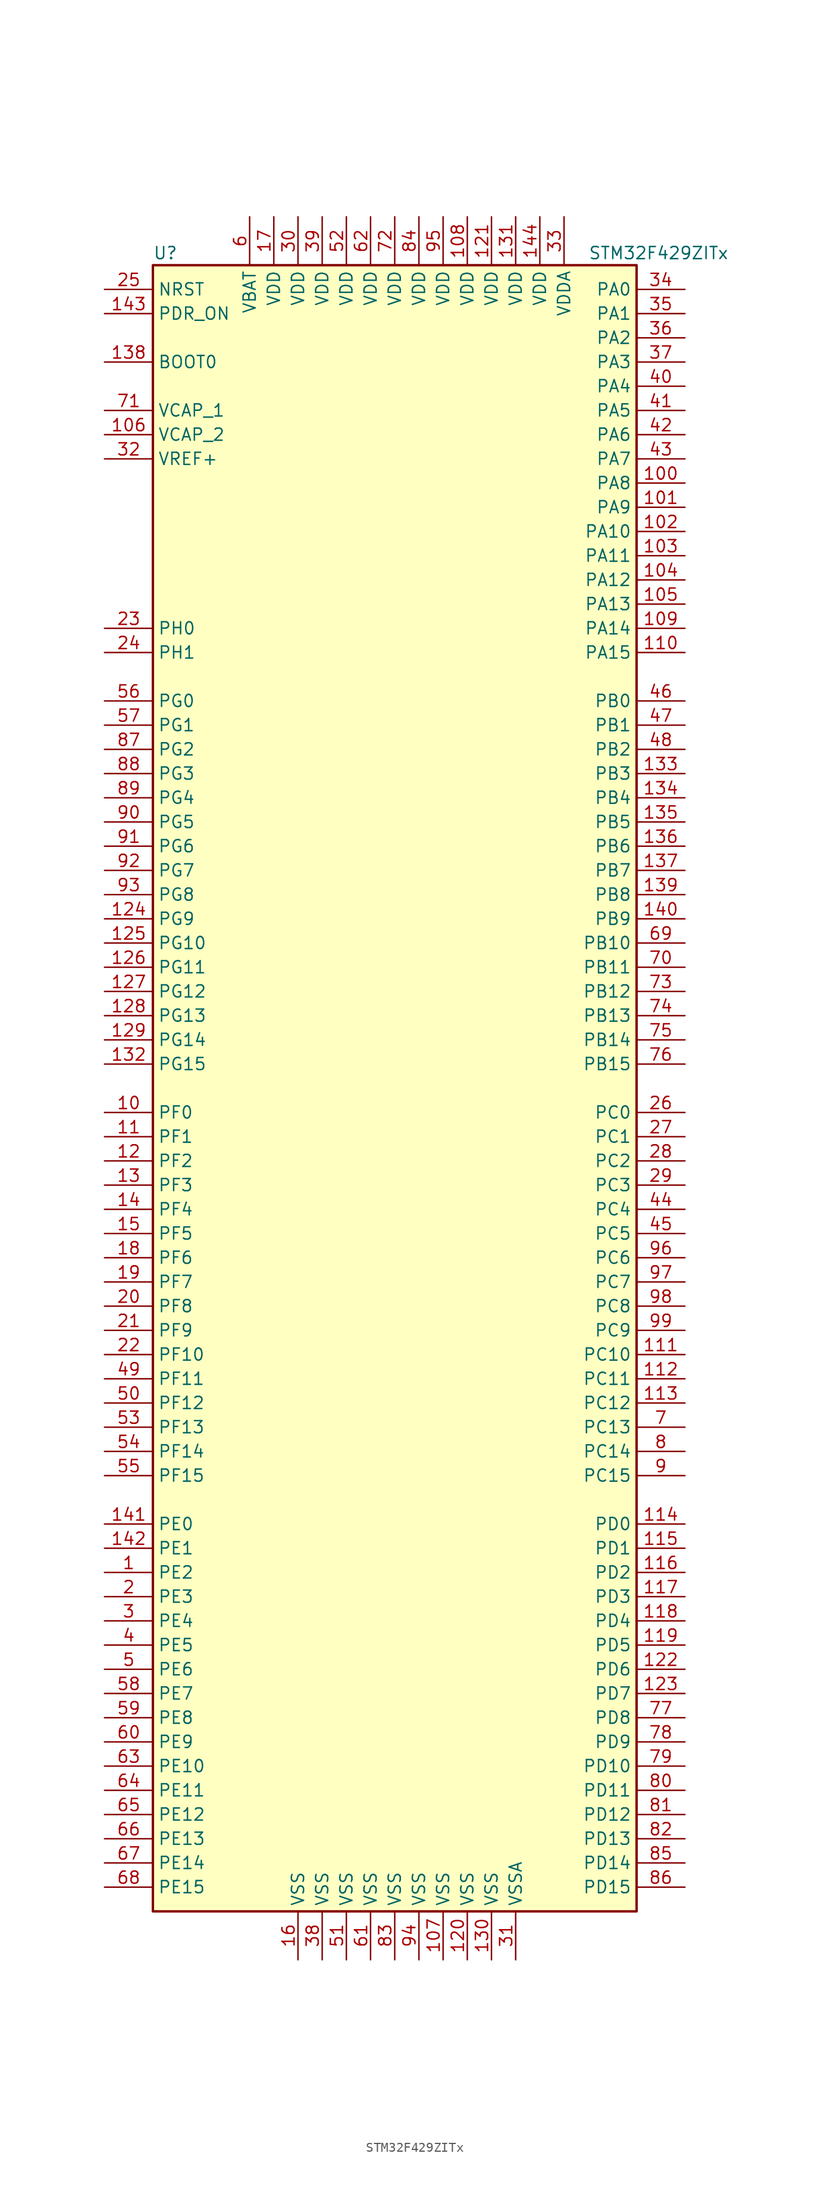
<source format=kicad_sym>
(kicad_symbol_lib
  (version 20211014)
  (generator kicad_symbol_editor)
  (symbol "STM32F429ZITx"
    (property "Reference" "U"
      (at -25.4 87.63 0)
      (effects (font (size 1.27 1.27)) (justify left)))
    (property "Value" "STM32F429ZITx"
      (at 20.32 87.63 0)
      (effects (font (size 1.27 1.27)) (justify left)))
    (symbol "STM32F429ZITx_0_1"
      (rectangle (start -25.4 -86.36) (end 25.4 86.36) (stroke (width 0.254) (type default) (color 0 0 0 0)) (fill (type background))))
    (symbol "STM32F429ZITx_1_1"
      (pin bidirectional line (at -30.48 -50.8 0) (length 5.08) (name "PE2" (effects (font (size 1.27 1.27)))) (number "1" (effects (font (size 1.27 1.27)))))
      (pin bidirectional line (at -30.48 -2.54 0) (length 5.08) (name "PF0" (effects (font (size 1.27 1.27)))) (number "10" (effects (font (size 1.27 1.27)))))
      (pin bidirectional line (at 30.48 63.5 180) (length 5.08) (name "PA8" (effects (font (size 1.27 1.27)))) (number "100" (effects (font (size 1.27 1.27)))))
      (pin bidirectional line (at 30.48 60.96 180) (length 5.08) (name "PA9" (effects (font (size 1.27 1.27)))) (number "101" (effects (font (size 1.27 1.27)))))
      (pin bidirectional line (at 30.48 58.42 180) (length 5.08) (name "PA10" (effects (font (size 1.27 1.27)))) (number "102" (effects (font (size 1.27 1.27)))))
      (pin bidirectional line (at 30.48 55.88 180) (length 5.08) (name "PA11" (effects (font (size 1.27 1.27)))) (number "103" (effects (font (size 1.27 1.27)))))
      (pin bidirectional line (at 30.48 53.34 180) (length 5.08) (name "PA12" (effects (font (size 1.27 1.27)))) (number "104" (effects (font (size 1.27 1.27)))))
      (pin bidirectional line (at 30.48 50.8 180) (length 5.08) (name "PA13" (effects (font (size 1.27 1.27)))) (number "105" (effects (font (size 1.27 1.27)))))
      (pin power_in line (at -30.48 68.58 0) (length 5.08) (name "VCAP_2" (effects (font (size 1.27 1.27)))) (number "106" (effects (font (size 1.27 1.27)))))
      (pin power_in line (at 5.08 -91.44 90) (length 5.08) (name "VSS" (effects (font (size 1.27 1.27)))) (number "107" (effects (font (size 1.27 1.27)))))
      (pin power_in line (at 7.62 91.44 270) (length 5.08) (name "VDD" (effects (font (size 1.27 1.27)))) (number "108" (effects (font (size 1.27 1.27)))))
      (pin bidirectional line (at 30.48 48.26 180) (length 5.08) (name "PA14" (effects (font (size 1.27 1.27)))) (number "109" (effects (font (size 1.27 1.27)))))
      (pin bidirectional line (at -30.48 -5.08 0) (length 5.08) (name "PF1" (effects (font (size 1.27 1.27)))) (number "11" (effects (font (size 1.27 1.27)))))
      (pin bidirectional line (at 30.48 45.72 180) (length 5.08) (name "PA15" (effects (font (size 1.27 1.27)))) (number "110" (effects (font (size 1.27 1.27)))))
      (pin bidirectional line (at 30.48 -27.94 180) (length 5.08) (name "PC10" (effects (font (size 1.27 1.27)))) (number "111" (effects (font (size 1.27 1.27)))))
      (pin bidirectional line (at 30.48 -30.48 180) (length 5.08) (name "PC11" (effects (font (size 1.27 1.27)))) (number "112" (effects (font (size 1.27 1.27)))))
      (pin bidirectional line (at 30.48 -33.02 180) (length 5.08) (name "PC12" (effects (font (size 1.27 1.27)))) (number "113" (effects (font (size 1.27 1.27)))))
      (pin bidirectional line (at 30.48 -45.72 180) (length 5.08) (name "PD0" (effects (font (size 1.27 1.27)))) (number "114" (effects (font (size 1.27 1.27)))))
      (pin bidirectional line (at 30.48 -48.26 180) (length 5.08) (name "PD1" (effects (font (size 1.27 1.27)))) (number "115" (effects (font (size 1.27 1.27)))))
      (pin bidirectional line (at 30.48 -50.8 180) (length 5.08) (name "PD2" (effects (font (size 1.27 1.27)))) (number "116" (effects (font (size 1.27 1.27)))))
      (pin bidirectional line (at 30.48 -53.34 180) (length 5.08) (name "PD3" (effects (font (size 1.27 1.27)))) (number "117" (effects (font (size 1.27 1.27)))))
      (pin bidirectional line (at 30.48 -55.88 180) (length 5.08) (name "PD4" (effects (font (size 1.27 1.27)))) (number "118" (effects (font (size 1.27 1.27)))))
      (pin bidirectional line (at 30.48 -58.42 180) (length 5.08) (name "PD5" (effects (font (size 1.27 1.27)))) (number "119" (effects (font (size 1.27 1.27)))))
      (pin bidirectional line (at -30.48 -7.62 0) (length 5.08) (name "PF2" (effects (font (size 1.27 1.27)))) (number "12" (effects (font (size 1.27 1.27)))))
      (pin power_in line (at 7.62 -91.44 90) (length 5.08) (name "VSS" (effects (font (size 1.27 1.27)))) (number "120" (effects (font (size 1.27 1.27)))))
      (pin power_in line (at 10.16 91.44 270) (length 5.08) (name "VDD" (effects (font (size 1.27 1.27)))) (number "121" (effects (font (size 1.27 1.27)))))
      (pin bidirectional line (at 30.48 -60.96 180) (length 5.08) (name "PD6" (effects (font (size 1.27 1.27)))) (number "122" (effects (font (size 1.27 1.27)))))
      (pin bidirectional line (at 30.48 -63.5 180) (length 5.08) (name "PD7" (effects (font (size 1.27 1.27)))) (number "123" (effects (font (size 1.27 1.27)))))
      (pin bidirectional line (at -30.48 17.78 0) (length 5.08) (name "PG9" (effects (font (size 1.27 1.27)))) (number "124" (effects (font (size 1.27 1.27)))))
      (pin bidirectional line (at -30.48 15.24 0) (length 5.08) (name "PG10" (effects (font (size 1.27 1.27)))) (number "125" (effects (font (size 1.27 1.27)))))
      (pin bidirectional line (at -30.48 12.7 0) (length 5.08) (name "PG11" (effects (font (size 1.27 1.27)))) (number "126" (effects (font (size 1.27 1.27)))))
      (pin bidirectional line (at -30.48 10.16 0) (length 5.08) (name "PG12" (effects (font (size 1.27 1.27)))) (number "127" (effects (font (size 1.27 1.27)))))
      (pin bidirectional line (at -30.48 7.62 0) (length 5.08) (name "PG13" (effects (font (size 1.27 1.27)))) (number "128" (effects (font (size 1.27 1.27)))))
      (pin bidirectional line (at -30.48 5.08 0) (length 5.08) (name "PG14" (effects (font (size 1.27 1.27)))) (number "129" (effects (font (size 1.27 1.27)))))
      (pin bidirectional line (at -30.48 -10.16 0) (length 5.08) (name "PF3" (effects (font (size 1.27 1.27)))) (number "13" (effects (font (size 1.27 1.27)))))
      (pin power_in line (at 10.16 -91.44 90) (length 5.08) (name "VSS" (effects (font (size 1.27 1.27)))) (number "130" (effects (font (size 1.27 1.27)))))
      (pin power_in line (at 12.7 91.44 270) (length 5.08) (name "VDD" (effects (font (size 1.27 1.27)))) (number "131" (effects (font (size 1.27 1.27)))))
      (pin bidirectional line (at -30.48 2.54 0) (length 5.08) (name "PG15" (effects (font (size 1.27 1.27)))) (number "132" (effects (font (size 1.27 1.27)))))
      (pin bidirectional line (at 30.48 33.02 180) (length 5.08) (name "PB3" (effects (font (size 1.27 1.27)))) (number "133" (effects (font (size 1.27 1.27)))))
      (pin bidirectional line (at 30.48 30.48 180) (length 5.08) (name "PB4" (effects (font (size 1.27 1.27)))) (number "134" (effects (font (size 1.27 1.27)))))
      (pin bidirectional line (at 30.48 27.94 180) (length 5.08) (name "PB5" (effects (font (size 1.27 1.27)))) (number "135" (effects (font (size 1.27 1.27)))))
      (pin bidirectional line (at 30.48 25.4 180) (length 5.08) (name "PB6" (effects (font (size 1.27 1.27)))) (number "136" (effects (font (size 1.27 1.27)))))
      (pin bidirectional line (at 30.48 22.86 180) (length 5.08) (name "PB7" (effects (font (size 1.27 1.27)))) (number "137" (effects (font (size 1.27 1.27)))))
      (pin input line (at -30.48 76.2 0) (length 5.08) (name "BOOT0" (effects (font (size 1.27 1.27)))) (number "138" (effects (font (size 1.27 1.27)))))
      (pin bidirectional line (at 30.48 20.32 180) (length 5.08) (name "PB8" (effects (font (size 1.27 1.27)))) (number "139" (effects (font (size 1.27 1.27)))))
      (pin bidirectional line (at -30.48 -12.7 0) (length 5.08) (name "PF4" (effects (font (size 1.27 1.27)))) (number "14" (effects (font (size 1.27 1.27)))))
      (pin bidirectional line (at 30.48 17.78 180) (length 5.08) (name "PB9" (effects (font (size 1.27 1.27)))) (number "140" (effects (font (size 1.27 1.27)))))
      (pin bidirectional line (at -30.48 -45.72 0) (length 5.08) (name "PE0" (effects (font (size 1.27 1.27)))) (number "141" (effects (font (size 1.27 1.27)))))
      (pin bidirectional line (at -30.48 -48.26 0) (length 5.08) (name "PE1" (effects (font (size 1.27 1.27)))) (number "142" (effects (font (size 1.27 1.27)))))
      (pin input line (at -30.48 81.28 0) (length 5.08) (name "PDR_ON" (effects (font (size 1.27 1.27)))) (number "143" (effects (font (size 1.27 1.27)))))
      (pin power_in line (at 15.24 91.44 270) (length 5.08) (name "VDD" (effects (font (size 1.27 1.27)))) (number "144" (effects (font (size 1.27 1.27)))))
      (pin bidirectional line (at -30.48 -15.24 0) (length 5.08) (name "PF5" (effects (font (size 1.27 1.27)))) (number "15" (effects (font (size 1.27 1.27)))))
      (pin power_in line (at -10.16 -91.44 90) (length 5.08) (name "VSS" (effects (font (size 1.27 1.27)))) (number "16" (effects (font (size 1.27 1.27)))))
      (pin power_in line (at -12.7 91.44 270) (length 5.08) (name "VDD" (effects (font (size 1.27 1.27)))) (number "17" (effects (font (size 1.27 1.27)))))
      (pin bidirectional line (at -30.48 -17.78 0) (length 5.08) (name "PF6" (effects (font (size 1.27 1.27)))) (number "18" (effects (font (size 1.27 1.27)))))
      (pin bidirectional line (at -30.48 -20.32 0) (length 5.08) (name "PF7" (effects (font (size 1.27 1.27)))) (number "19" (effects (font (size 1.27 1.27)))))
      (pin bidirectional line (at -30.48 -53.34 0) (length 5.08) (name "PE3" (effects (font (size 1.27 1.27)))) (number "2" (effects (font (size 1.27 1.27)))))
      (pin bidirectional line (at -30.48 -22.86 0) (length 5.08) (name "PF8" (effects (font (size 1.27 1.27)))) (number "20" (effects (font (size 1.27 1.27)))))
      (pin bidirectional line (at -30.48 -25.4 0) (length 5.08) (name "PF9" (effects (font (size 1.27 1.27)))) (number "21" (effects (font (size 1.27 1.27)))))
      (pin bidirectional line (at -30.48 -27.94 0) (length 5.08) (name "PF10" (effects (font (size 1.27 1.27)))) (number "22" (effects (font (size 1.27 1.27)))))
      (pin input line (at -30.48 48.26 0) (length 5.08) (name "PH0" (effects (font (size 1.27 1.27)))) (number "23" (effects (font (size 1.27 1.27)))))
      (pin input line (at -30.48 45.72 0) (length 5.08) (name "PH1" (effects (font (size 1.27 1.27)))) (number "24" (effects (font (size 1.27 1.27)))))
      (pin input line (at -30.48 83.82 0) (length 5.08) (name "NRST" (effects (font (size 1.27 1.27)))) (number "25" (effects (font (size 1.27 1.27)))))
      (pin bidirectional line (at 30.48 -2.54 180) (length 5.08) (name "PC0" (effects (font (size 1.27 1.27)))) (number "26" (effects (font (size 1.27 1.27)))))
      (pin bidirectional line (at 30.48 -5.08 180) (length 5.08) (name "PC1" (effects (font (size 1.27 1.27)))) (number "27" (effects (font (size 1.27 1.27)))))
      (pin bidirectional line (at 30.48 -7.62 180) (length 5.08) (name "PC2" (effects (font (size 1.27 1.27)))) (number "28" (effects (font (size 1.27 1.27)))))
      (pin bidirectional line (at 30.48 -10.16 180) (length 5.08) (name "PC3" (effects (font (size 1.27 1.27)))) (number "29" (effects (font (size 1.27 1.27)))))
      (pin bidirectional line (at -30.48 -55.88 0) (length 5.08) (name "PE4" (effects (font (size 1.27 1.27)))) (number "3" (effects (font (size 1.27 1.27)))))
      (pin power_in line (at -10.16 91.44 270) (length 5.08) (name "VDD" (effects (font (size 1.27 1.27)))) (number "30" (effects (font (size 1.27 1.27)))))
      (pin power_in line (at 12.7 -91.44 90) (length 5.08) (name "VSSA" (effects (font (size 1.27 1.27)))) (number "31" (effects (font (size 1.27 1.27)))))
      (pin power_in line (at -30.48 66.04 0) (length 5.08) (name "VREF+" (effects (font (size 1.27 1.27)))) (number "32" (effects (font (size 1.27 1.27)))))
      (pin power_in line (at 17.78 91.44 270) (length 5.08) (name "VDDA" (effects (font (size 1.27 1.27)))) (number "33" (effects (font (size 1.27 1.27)))))
      (pin bidirectional line (at 30.48 83.82 180) (length 5.08) (name "PA0" (effects (font (size 1.27 1.27)))) (number "34" (effects (font (size 1.27 1.27)))))
      (pin bidirectional line (at 30.48 81.28 180) (length 5.08) (name "PA1" (effects (font (size 1.27 1.27)))) (number "35" (effects (font (size 1.27 1.27)))))
      (pin bidirectional line (at 30.48 78.74 180) (length 5.08) (name "PA2" (effects (font (size 1.27 1.27)))) (number "36" (effects (font (size 1.27 1.27)))))
      (pin bidirectional line (at 30.48 76.2 180) (length 5.08) (name "PA3" (effects (font (size 1.27 1.27)))) (number "37" (effects (font (size 1.27 1.27)))))
      (pin power_in line (at -7.62 -91.44 90) (length 5.08) (name "VSS" (effects (font (size 1.27 1.27)))) (number "38" (effects (font (size 1.27 1.27)))))
      (pin power_in line (at -7.62 91.44 270) (length 5.08) (name "VDD" (effects (font (size 1.27 1.27)))) (number "39" (effects (font (size 1.27 1.27)))))
      (pin bidirectional line (at -30.48 -58.42 0) (length 5.08) (name "PE5" (effects (font (size 1.27 1.27)))) (number "4" (effects (font (size 1.27 1.27)))))
      (pin bidirectional line (at 30.48 73.66 180) (length 5.08) (name "PA4" (effects (font (size 1.27 1.27)))) (number "40" (effects (font (size 1.27 1.27)))))
      (pin bidirectional line (at 30.48 71.12 180) (length 5.08) (name "PA5" (effects (font (size 1.27 1.27)))) (number "41" (effects (font (size 1.27 1.27)))))
      (pin bidirectional line (at 30.48 68.58 180) (length 5.08) (name "PA6" (effects (font (size 1.27 1.27)))) (number "42" (effects (font (size 1.27 1.27)))))
      (pin bidirectional line (at 30.48 66.04 180) (length 5.08) (name "PA7" (effects (font (size 1.27 1.27)))) (number "43" (effects (font (size 1.27 1.27)))))
      (pin bidirectional line (at 30.48 -12.7 180) (length 5.08) (name "PC4" (effects (font (size 1.27 1.27)))) (number "44" (effects (font (size 1.27 1.27)))))
      (pin bidirectional line (at 30.48 -15.24 180) (length 5.08) (name "PC5" (effects (font (size 1.27 1.27)))) (number "45" (effects (font (size 1.27 1.27)))))
      (pin bidirectional line (at 30.48 40.64 180) (length 5.08) (name "PB0" (effects (font (size 1.27 1.27)))) (number "46" (effects (font (size 1.27 1.27)))))
      (pin bidirectional line (at 30.48 38.1 180) (length 5.08) (name "PB1" (effects (font (size 1.27 1.27)))) (number "47" (effects (font (size 1.27 1.27)))))
      (pin bidirectional line (at 30.48 35.56 180) (length 5.08) (name "PB2" (effects (font (size 1.27 1.27)))) (number "48" (effects (font (size 1.27 1.27)))))
      (pin bidirectional line (at -30.48 -30.48 0) (length 5.08) (name "PF11" (effects (font (size 1.27 1.27)))) (number "49" (effects (font (size 1.27 1.27)))))
      (pin bidirectional line (at -30.48 -60.96 0) (length 5.08) (name "PE6" (effects (font (size 1.27 1.27)))) (number "5" (effects (font (size 1.27 1.27)))))
      (pin bidirectional line (at -30.48 -33.02 0) (length 5.08) (name "PF12" (effects (font (size 1.27 1.27)))) (number "50" (effects (font (size 1.27 1.27)))))
      (pin power_in line (at -5.08 -91.44 90) (length 5.08) (name "VSS" (effects (font (size 1.27 1.27)))) (number "51" (effects (font (size 1.27 1.27)))))
      (pin power_in line (at -5.08 91.44 270) (length 5.08) (name "VDD" (effects (font (size 1.27 1.27)))) (number "52" (effects (font (size 1.27 1.27)))))
      (pin bidirectional line (at -30.48 -35.56 0) (length 5.08) (name "PF13" (effects (font (size 1.27 1.27)))) (number "53" (effects (font (size 1.27 1.27)))))
      (pin bidirectional line (at -30.48 -38.1 0) (length 5.08) (name "PF14" (effects (font (size 1.27 1.27)))) (number "54" (effects (font (size 1.27 1.27)))))
      (pin bidirectional line (at -30.48 -40.64 0) (length 5.08) (name "PF15" (effects (font (size 1.27 1.27)))) (number "55" (effects (font (size 1.27 1.27)))))
      (pin bidirectional line (at -30.48 40.64 0) (length 5.08) (name "PG0" (effects (font (size 1.27 1.27)))) (number "56" (effects (font (size 1.27 1.27)))))
      (pin bidirectional line (at -30.48 38.1 0) (length 5.08) (name "PG1" (effects (font (size 1.27 1.27)))) (number "57" (effects (font (size 1.27 1.27)))))
      (pin bidirectional line (at -30.48 -63.5 0) (length 5.08) (name "PE7" (effects (font (size 1.27 1.27)))) (number "58" (effects (font (size 1.27 1.27)))))
      (pin bidirectional line (at -30.48 -66.04 0) (length 5.08) (name "PE8" (effects (font (size 1.27 1.27)))) (number "59" (effects (font (size 1.27 1.27)))))
      (pin power_in line (at -15.24 91.44 270) (length 5.08) (name "VBAT" (effects (font (size 1.27 1.27)))) (number "6" (effects (font (size 1.27 1.27)))))
      (pin bidirectional line (at -30.48 -68.58 0) (length 5.08) (name "PE9" (effects (font (size 1.27 1.27)))) (number "60" (effects (font (size 1.27 1.27)))))
      (pin power_in line (at -2.54 -91.44 90) (length 5.08) (name "VSS" (effects (font (size 1.27 1.27)))) (number "61" (effects (font (size 1.27 1.27)))))
      (pin power_in line (at -2.54 91.44 270) (length 5.08) (name "VDD" (effects (font (size 1.27 1.27)))) (number "62" (effects (font (size 1.27 1.27)))))
      (pin bidirectional line (at -30.48 -71.12 0) (length 5.08) (name "PE10" (effects (font (size 1.27 1.27)))) (number "63" (effects (font (size 1.27 1.27)))))
      (pin bidirectional line (at -30.48 -73.66 0) (length 5.08) (name "PE11" (effects (font (size 1.27 1.27)))) (number "64" (effects (font (size 1.27 1.27)))))
      (pin bidirectional line (at -30.48 -76.2 0) (length 5.08) (name "PE12" (effects (font (size 1.27 1.27)))) (number "65" (effects (font (size 1.27 1.27)))))
      (pin bidirectional line (at -30.48 -78.74 0) (length 5.08) (name "PE13" (effects (font (size 1.27 1.27)))) (number "66" (effects (font (size 1.27 1.27)))))
      (pin bidirectional line (at -30.48 -81.28 0) (length 5.08) (name "PE14" (effects (font (size 1.27 1.27)))) (number "67" (effects (font (size 1.27 1.27)))))
      (pin bidirectional line (at -30.48 -83.82 0) (length 5.08) (name "PE15" (effects (font (size 1.27 1.27)))) (number "68" (effects (font (size 1.27 1.27)))))
      (pin bidirectional line (at 30.48 15.24 180) (length 5.08) (name "PB10" (effects (font (size 1.27 1.27)))) (number "69" (effects (font (size 1.27 1.27)))))
      (pin bidirectional line (at 30.48 -35.56 180) (length 5.08) (name "PC13" (effects (font (size 1.27 1.27)))) (number "7" (effects (font (size 1.27 1.27)))))
      (pin bidirectional line (at 30.48 12.7 180) (length 5.08) (name "PB11" (effects (font (size 1.27 1.27)))) (number "70" (effects (font (size 1.27 1.27)))))
      (pin power_in line (at -30.48 71.12 0) (length 5.08) (name "VCAP_1" (effects (font (size 1.27 1.27)))) (number "71" (effects (font (size 1.27 1.27)))))
      (pin power_in line (at 0 91.44 270) (length 5.08) (name "VDD" (effects (font (size 1.27 1.27)))) (number "72" (effects (font (size 1.27 1.27)))))
      (pin bidirectional line (at 30.48 10.16 180) (length 5.08) (name "PB12" (effects (font (size 1.27 1.27)))) (number "73" (effects (font (size 1.27 1.27)))))
      (pin bidirectional line (at 30.48 7.62 180) (length 5.08) (name "PB13" (effects (font (size 1.27 1.27)))) (number "74" (effects (font (size 1.27 1.27)))))
      (pin bidirectional line (at 30.48 5.08 180) (length 5.08) (name "PB14" (effects (font (size 1.27 1.27)))) (number "75" (effects (font (size 1.27 1.27)))))
      (pin bidirectional line (at 30.48 2.54 180) (length 5.08) (name "PB15" (effects (font (size 1.27 1.27)))) (number "76" (effects (font (size 1.27 1.27)))))
      (pin bidirectional line (at 30.48 -66.04 180) (length 5.08) (name "PD8" (effects (font (size 1.27 1.27)))) (number "77" (effects (font (size 1.27 1.27)))))
      (pin bidirectional line (at 30.48 -68.58 180) (length 5.08) (name "PD9" (effects (font (size 1.27 1.27)))) (number "78" (effects (font (size 1.27 1.27)))))
      (pin bidirectional line (at 30.48 -71.12 180) (length 5.08) (name "PD10" (effects (font (size 1.27 1.27)))) (number "79" (effects (font (size 1.27 1.27)))))
      (pin bidirectional line (at 30.48 -38.1 180) (length 5.08) (name "PC14" (effects (font (size 1.27 1.27)))) (number "8" (effects (font (size 1.27 1.27)))))
      (pin bidirectional line (at 30.48 -73.66 180) (length 5.08) (name "PD11" (effects (font (size 1.27 1.27)))) (number "80" (effects (font (size 1.27 1.27)))))
      (pin bidirectional line (at 30.48 -76.2 180) (length 5.08) (name "PD12" (effects (font (size 1.27 1.27)))) (number "81" (effects (font (size 1.27 1.27)))))
      (pin bidirectional line (at 30.48 -78.74 180) (length 5.08) (name "PD13" (effects (font (size 1.27 1.27)))) (number "82" (effects (font (size 1.27 1.27)))))
      (pin power_in line (at 0 -91.44 90) (length 5.08) (name "VSS" (effects (font (size 1.27 1.27)))) (number "83" (effects (font (size 1.27 1.27)))))
      (pin power_in line (at 2.54 91.44 270) (length 5.08) (name "VDD" (effects (font (size 1.27 1.27)))) (number "84" (effects (font (size 1.27 1.27)))))
      (pin bidirectional line (at 30.48 -81.28 180) (length 5.08) (name "PD14" (effects (font (size 1.27 1.27)))) (number "85" (effects (font (size 1.27 1.27)))))
      (pin bidirectional line (at 30.48 -83.82 180) (length 5.08) (name "PD15" (effects (font (size 1.27 1.27)))) (number "86" (effects (font (size 1.27 1.27)))))
      (pin bidirectional line (at -30.48 35.56 0) (length 5.08) (name "PG2" (effects (font (size 1.27 1.27)))) (number "87" (effects (font (size 1.27 1.27)))))
      (pin bidirectional line (at -30.48 33.02 0) (length 5.08) (name "PG3" (effects (font (size 1.27 1.27)))) (number "88" (effects (font (size 1.27 1.27)))))
      (pin bidirectional line (at -30.48 30.48 0) (length 5.08) (name "PG4" (effects (font (size 1.27 1.27)))) (number "89" (effects (font (size 1.27 1.27)))))
      (pin bidirectional line (at 30.48 -40.64 180) (length 5.08) (name "PC15" (effects (font (size 1.27 1.27)))) (number "9" (effects (font (size 1.27 1.27)))))
      (pin bidirectional line (at -30.48 27.94 0) (length 5.08) (name "PG5" (effects (font (size 1.27 1.27)))) (number "90" (effects (font (size 1.27 1.27)))))
      (pin bidirectional line (at -30.48 25.4 0) (length 5.08) (name "PG6" (effects (font (size 1.27 1.27)))) (number "91" (effects (font (size 1.27 1.27)))))
      (pin bidirectional line (at -30.48 22.86 0) (length 5.08) (name "PG7" (effects (font (size 1.27 1.27)))) (number "92" (effects (font (size 1.27 1.27)))))
      (pin bidirectional line (at -30.48 20.32 0) (length 5.08) (name "PG8" (effects (font (size 1.27 1.27)))) (number "93" (effects (font (size 1.27 1.27)))))
      (pin power_in line (at 2.54 -91.44 90) (length 5.08) (name "VSS" (effects (font (size 1.27 1.27)))) (number "94" (effects (font (size 1.27 1.27)))))
      (pin power_in line (at 5.08 91.44 270) (length 5.08) (name "VDD" (effects (font (size 1.27 1.27)))) (number "95" (effects (font (size 1.27 1.27)))))
      (pin bidirectional line (at 30.48 -17.78 180) (length 5.08) (name "PC6" (effects (font (size 1.27 1.27)))) (number "96" (effects (font (size 1.27 1.27)))))
      (pin bidirectional line (at 30.48 -20.32 180) (length 5.08) (name "PC7" (effects (font (size 1.27 1.27)))) (number "97" (effects (font (size 1.27 1.27)))))
      (pin bidirectional line (at 30.48 -22.86 180) (length 5.08) (name "PC8" (effects (font (size 1.27 1.27)))) (number "98" (effects (font (size 1.27 1.27)))))
      (pin bidirectional line (at 30.48 -25.4 180) (length 5.08) (name "PC9" (effects (font (size 1.27 1.27)))) (number "99" (effects (font (size 1.27 1.27))))))))
</source>
